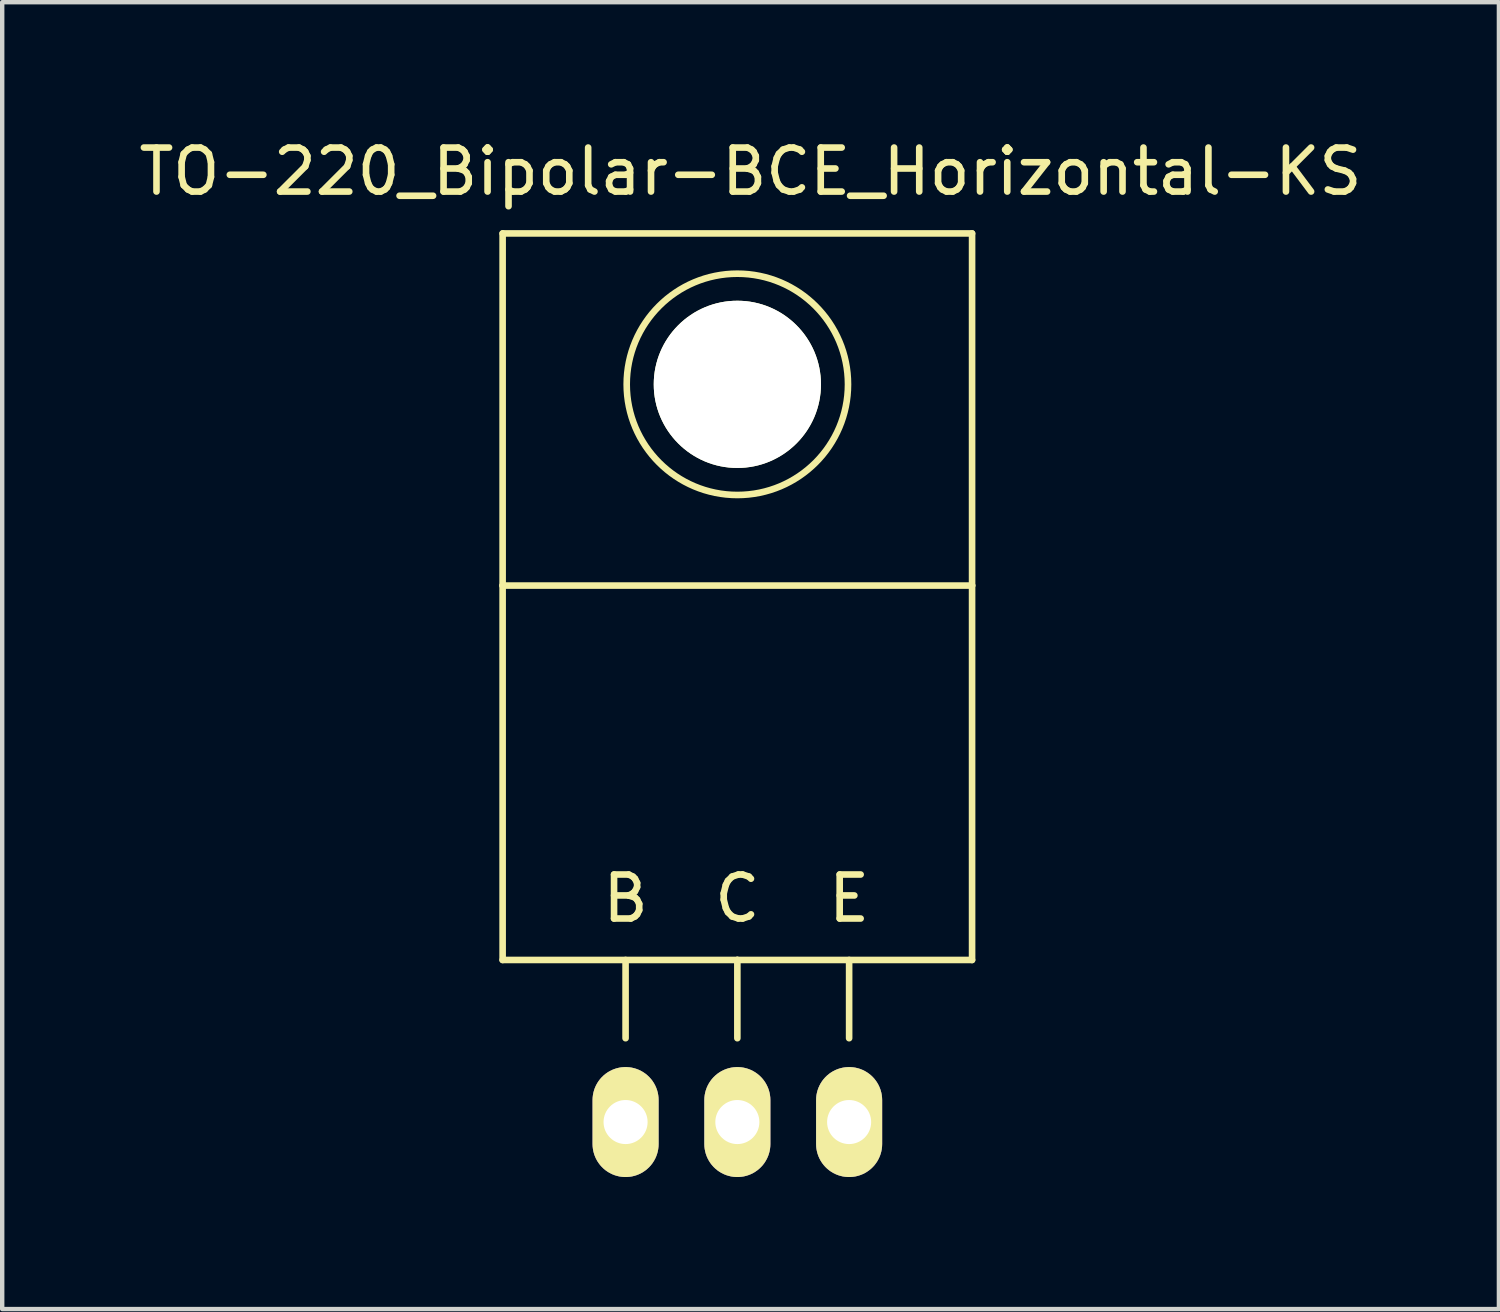
<source format=kicad_pcb>
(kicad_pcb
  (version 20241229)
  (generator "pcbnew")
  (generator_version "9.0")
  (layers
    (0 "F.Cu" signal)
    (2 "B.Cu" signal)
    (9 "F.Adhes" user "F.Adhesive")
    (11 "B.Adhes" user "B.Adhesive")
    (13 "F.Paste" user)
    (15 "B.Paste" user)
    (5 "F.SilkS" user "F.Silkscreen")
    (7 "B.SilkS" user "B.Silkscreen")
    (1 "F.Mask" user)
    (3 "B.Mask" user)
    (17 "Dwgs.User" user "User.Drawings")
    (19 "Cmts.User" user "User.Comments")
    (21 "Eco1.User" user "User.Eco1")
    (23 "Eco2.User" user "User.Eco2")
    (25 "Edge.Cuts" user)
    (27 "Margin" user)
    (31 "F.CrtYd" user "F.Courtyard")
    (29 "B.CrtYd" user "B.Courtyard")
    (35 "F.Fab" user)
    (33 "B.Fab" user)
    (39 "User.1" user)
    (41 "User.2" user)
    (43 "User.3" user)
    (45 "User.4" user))
  (footprint "TO-220_Bipolar-BCE_Horizontal-KS"
    (layer "F.Cu")
    (at 13.706 22.448)
    (property "Reference" "TO-220_Bipolar-BCE_Horizontal-KS" (at 0.3 -21.6 0) (layer "F.SilkS") (effects (font (size 1 1) (thickness 0.15))))
    (attr through_hole)
    (fp_line (start -5.334 -20.193) (end -5.334 -12.192) (stroke (width 0.15) (type solid)) (layer "F.SilkS"))
    (fp_line (start -5.334 -12.192) (end -5.334 -3.683) (stroke (width 0.15) (type solid)) (layer "F.SilkS"))
    (fp_line (start -2.54 -3.683) (end -2.54 -1.905) (stroke (width 0.15) (type solid)) (layer "F.SilkS"))
    (fp_line (start 0 -3.683) (end -5.334 -3.683) (stroke (width 0.15) (type solid)) (layer "F.SilkS"))
    (fp_line (start 0 -3.683) (end 0 -1.905) (stroke (width 0.15) (type solid)) (layer "F.SilkS"))
    (fp_line (start 0 -3.683) (end 5.334 -3.683) (stroke (width 0.15) (type solid)) (layer "F.SilkS"))
    (fp_line (start 2.54 -3.683) (end 2.54 -1.905) (stroke (width 0.15) (type solid)) (layer "F.SilkS"))
    (fp_line (start 5.334 -20.193) (end -5.334 -20.193) (stroke (width 0.15) (type solid)) (layer "F.SilkS"))
    (fp_line (start 5.334 -12.192) (end -5.334 -12.192) (stroke (width 0.15) (type solid)) (layer "F.SilkS"))
    (fp_line (start 5.334 -12.192) (end 5.334 -20.193) (stroke (width 0.15) (type solid)) (layer "F.SilkS"))
    (fp_line (start 5.334 -3.683) (end 5.334 -12.192) (stroke (width 0.15) (type solid)) (layer "F.SilkS"))
    (fp_circle (center 0 -16.764) (end 1.778 -14.986) (stroke (width 0.15) (type solid)) (fill no) (layer "F.SilkS"))
    (fp_text user "B" (at -2.54 -5.08 0) (layer "F.SilkS") (effects (font (size 1 1) (thickness 0.15))))
    (fp_text user "C" (at 0 -5.08 0) (layer "F.SilkS") (effects (font (size 1 1) (thickness 0.15))))
    (fp_text user "E" (at 2.54 -5.08 0) (layer "F.SilkS") (effects (font (size 1 1) (thickness 0.15))))
    (pad "" np_thru_hole circle (at 0 -16.764 90) (size 3.8 3.8) (drill 3.8) (layers "*.Cu" "*.Mask" "F.SilkS"))
    (pad "1" thru_hole oval (at 2.54 0 90) (size 2.499 1.501) (drill 1.001) (layers "*.Cu" "*.Mask" "F.SilkS"))
    (pad "2" thru_hole oval (at -2.54 0 90) (size 2.499 1.501) (drill 1.001) (layers "*.Cu" "*.Mask" "F.SilkS"))
    (pad "3" thru_hole oval (at 0 0 90) (size 2.499 1.501) (drill 1.001) (layers "*.Cu" "*.Mask" "F.SilkS")))
  (gr_rect
    (start -3 -3)
    (end 31.012 26.698)
    (stroke (width 0.1) (type default))
    (fill no)
    (layer "Edge.Cuts")))
</source>
